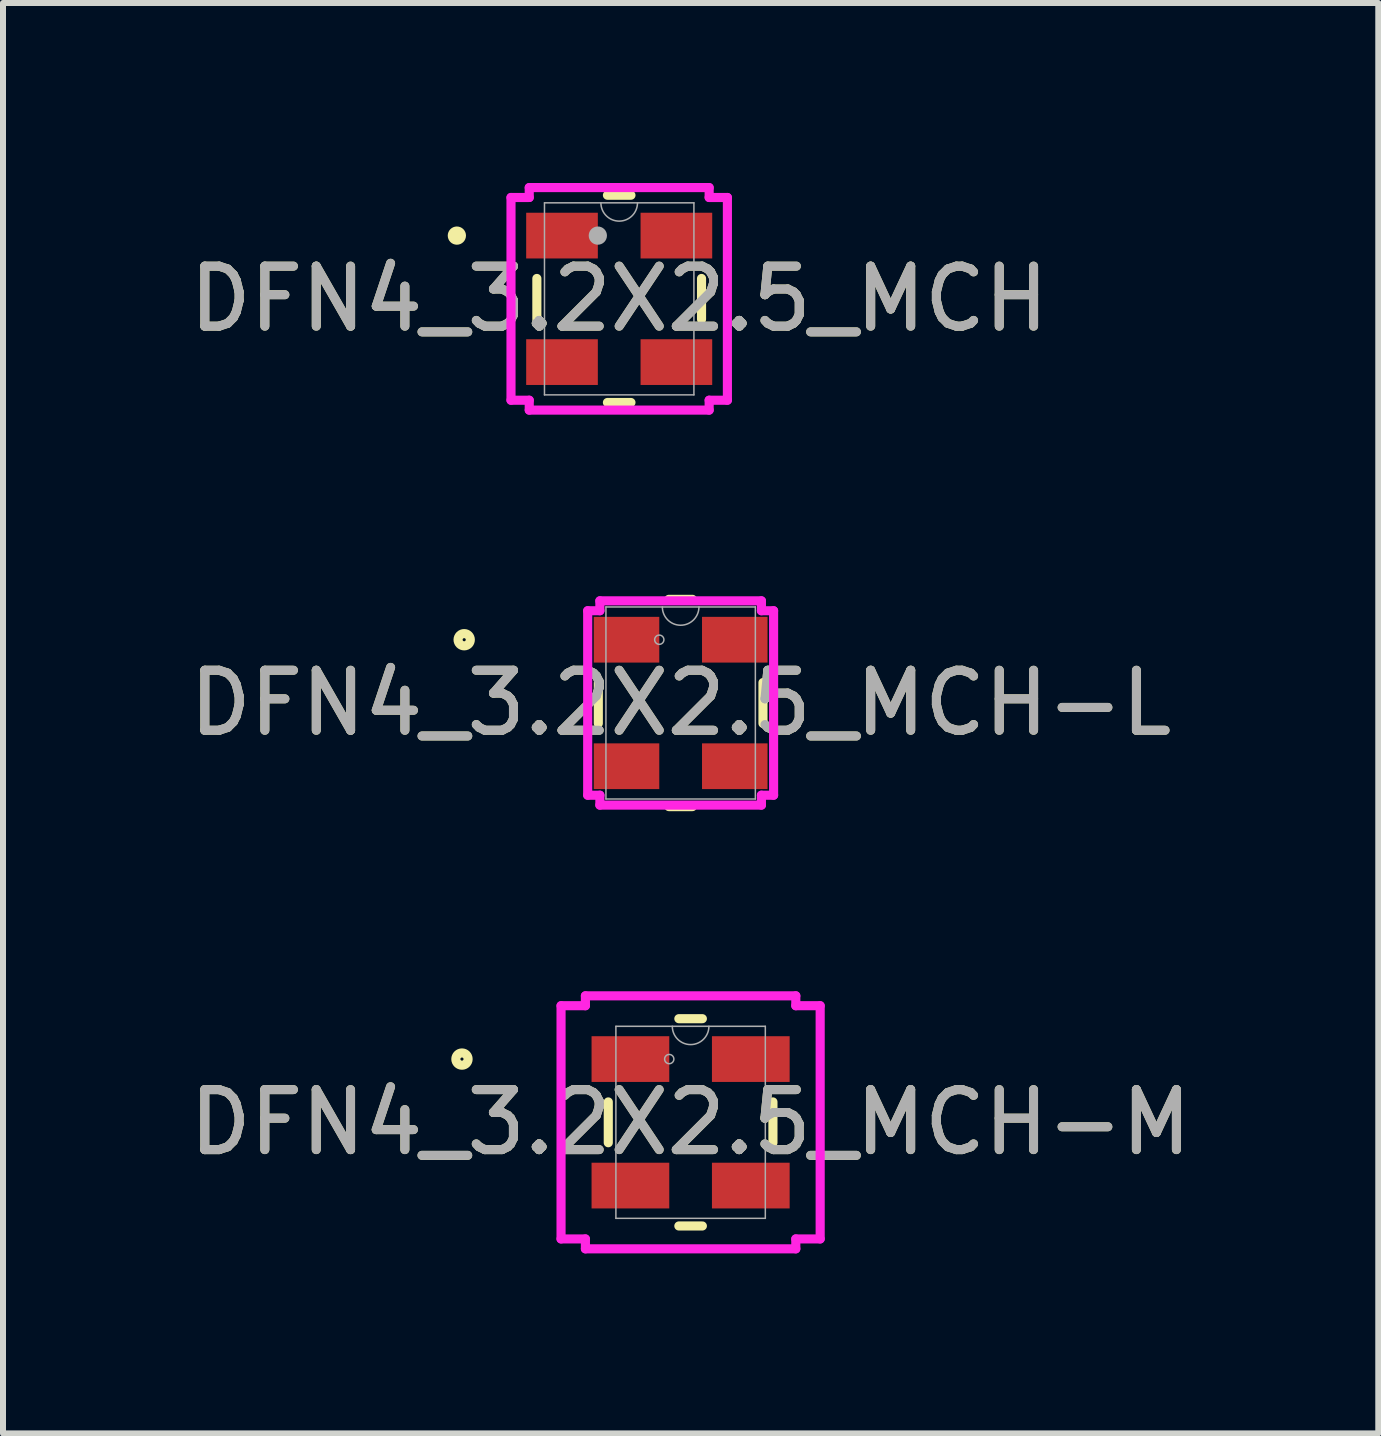
<source format=kicad_pcb>
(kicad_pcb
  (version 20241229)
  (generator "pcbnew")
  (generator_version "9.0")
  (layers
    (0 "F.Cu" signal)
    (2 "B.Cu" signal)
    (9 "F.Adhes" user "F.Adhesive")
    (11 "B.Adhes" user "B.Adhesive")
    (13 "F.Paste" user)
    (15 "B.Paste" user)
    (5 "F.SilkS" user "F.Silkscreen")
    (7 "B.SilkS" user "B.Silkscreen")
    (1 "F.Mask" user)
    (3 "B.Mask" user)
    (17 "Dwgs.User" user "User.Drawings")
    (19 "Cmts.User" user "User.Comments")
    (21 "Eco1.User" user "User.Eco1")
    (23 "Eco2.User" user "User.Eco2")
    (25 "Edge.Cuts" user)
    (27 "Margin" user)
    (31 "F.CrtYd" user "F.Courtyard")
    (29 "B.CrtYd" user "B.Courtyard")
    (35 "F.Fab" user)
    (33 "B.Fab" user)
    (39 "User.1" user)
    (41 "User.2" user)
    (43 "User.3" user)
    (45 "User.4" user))
  (footprint "DFN4_3.2X2.5_MCH-L"
    (layer "F.Cu")
    (at 8.292 8.664)
    (property "Reference" "DFN4_3.2X2.5_MCH-L" (at 0 0 0) (unlocked yes) (layer "F.SilkS") (effects (font (size 1 1) (thickness 0.15))))
    (attr smd)
    (fp_line (start -1.372 -0.34) (end -1.372 0.34) (stroke (width 0.152) (type solid)) (layer "F.SilkS"))
    (fp_line (start -0.196 1.727) (end 0.196 1.727) (stroke (width 0.152) (type solid)) (layer "F.SilkS"))
    (fp_line (start 0.196 -1.727) (end -0.196 -1.727) (stroke (width 0.152) (type solid)) (layer "F.SilkS"))
    (fp_line (start 1.372 0.34) (end 1.372 -0.34) (stroke (width 0.152) (type solid)) (layer "F.SilkS"))
    (fp_circle (center -3.607 -1.054) (end -3.505 -1.054) (stroke (width 0.152) (type solid)) (fill no) (layer "F.SilkS"))
    (fp_line (start -1.549 -1.537) (end -1.346 -1.537) (stroke (width 0.152) (type solid)) (layer "F.CrtYd"))
    (fp_line (start -1.549 1.537) (end -1.549 -1.537) (stroke (width 0.152) (type solid)) (layer "F.CrtYd"))
    (fp_line (start -1.549 1.537) (end -1.346 1.537) (stroke (width 0.152) (type solid)) (layer "F.CrtYd"))
    (fp_line (start -1.346 -1.702) (end 1.346 -1.702) (stroke (width 0.152) (type solid)) (layer "F.CrtYd"))
    (fp_line (start -1.346 -1.537) (end -1.346 -1.702) (stroke (width 0.152) (type solid)) (layer "F.CrtYd"))
    (fp_line (start -1.346 1.702) (end -1.346 1.537) (stroke (width 0.152) (type solid)) (layer "F.CrtYd"))
    (fp_line (start 1.346 -1.702) (end 1.346 -1.537) (stroke (width 0.152) (type solid)) (layer "F.CrtYd"))
    (fp_line (start 1.346 1.537) (end 1.346 1.702) (stroke (width 0.152) (type solid)) (layer "F.CrtYd"))
    (fp_line (start 1.346 1.702) (end -1.346 1.702) (stroke (width 0.152) (type solid)) (layer "F.CrtYd"))
    (fp_line (start 1.549 -1.537) (end 1.346 -1.537) (stroke (width 0.152) (type solid)) (layer "F.CrtYd"))
    (fp_line (start 1.549 -1.537) (end 1.549 1.537) (stroke (width 0.152) (type solid)) (layer "F.CrtYd"))
    (fp_line (start 1.549 1.537) (end 1.346 1.537) (stroke (width 0.152) (type solid)) (layer "F.CrtYd"))
    (fp_line (start -1.245 -1.6) (end -1.245 1.6) (stroke (width 0.025) (type solid)) (layer "F.Fab"))
    (fp_line (start -1.245 1.6) (end 1.245 1.6) (stroke (width 0.025) (type solid)) (layer "F.Fab"))
    (fp_line (start 1.245 -1.6) (end -1.245 -1.6) (stroke (width 0.025) (type solid)) (layer "F.Fab"))
    (fp_line (start 1.245 1.6) (end 1.245 -1.6) (stroke (width 0.025) (type solid)) (layer "F.Fab"))
    (fp_arc (start 0.3048 -1.6002) (mid 0 -1.2954) (end -0.3048 -1.6002) (stroke (width 0.0254) (type solid)) (layer "F.Fab"))
    (fp_circle (center -0.356 -1.054) (end -0.279 -1.054) (stroke (width 0.025) (type solid)) (fill no) (layer "F.Fab"))
    (fp_text user "${REFERENCE}" (at 0 0 0) (unlocked yes) (layer "F.Fab") (effects (font (size 1 1) (thickness 0.15))))
    (pad "1" smd rect (at -0.902 -1.054) (size 1.092 0.762) (layers "F.Cu" "F.Mask" "F.Paste"))
    (pad "2" smd rect (at -0.902 1.054) (size 1.092 0.762) (layers "F.Cu" "F.Mask" "F.Paste"))
    (pad "3" smd rect (at 0.902 1.054) (size 1.092 0.762) (layers "F.Cu" "F.Mask" "F.Paste"))
    (pad "4" smd rect (at 0.902 -1.054) (size 1.092 0.762) (layers "F.Cu" "F.Mask" "F.Paste")))
  (footprint "DFN4_3.2X2.5_MCH"
    (layer "F.Cu")
    (at 7.268 1.93)
    (property "Reference" "DFN4_3.2X2.5_MCH" (at 0 0 0) (unlocked yes) (layer "F.SilkS") (effects (font (size 1 1) (thickness 0.15))))
    (attr smd)
    (fp_line (start -1.372 -0.34) (end -1.372 0.34) (stroke (width 0.152) (type solid)) (layer "F.SilkS"))
    (fp_line (start -0.196 1.727) (end 0.196 1.727) (stroke (width 0.152) (type solid)) (layer "F.SilkS"))
    (fp_line (start 0.196 -1.727) (end -0.196 -1.727) (stroke (width 0.152) (type solid)) (layer "F.SilkS"))
    (fp_line (start 1.372 0.34) (end 1.372 -0.34) (stroke (width 0.152) (type solid)) (layer "F.SilkS"))
    (fp_circle (center -2.705 -1.054) (end -2.629 -1.054) (stroke (width 0.152) (type solid)) (fill no) (layer "F.SilkS"))
    (fp_line (start -1.803 -1.689) (end -1.499 -1.689) (stroke (width 0.152) (type solid)) (layer "F.CrtYd"))
    (fp_line (start -1.803 1.689) (end -1.803 -1.689) (stroke (width 0.152) (type solid)) (layer "F.CrtYd"))
    (fp_line (start -1.803 1.689) (end -1.499 1.689) (stroke (width 0.152) (type solid)) (layer "F.CrtYd"))
    (fp_line (start -1.499 -1.854) (end 1.499 -1.854) (stroke (width 0.152) (type solid)) (layer "F.CrtYd"))
    (fp_line (start -1.499 -1.689) (end -1.499 -1.854) (stroke (width 0.152) (type solid)) (layer "F.CrtYd"))
    (fp_line (start -1.499 1.854) (end -1.499 1.689) (stroke (width 0.152) (type solid)) (layer "F.CrtYd"))
    (fp_line (start 1.499 -1.854) (end 1.499 -1.689) (stroke (width 0.152) (type solid)) (layer "F.CrtYd"))
    (fp_line (start 1.499 1.689) (end 1.499 1.854) (stroke (width 0.152) (type solid)) (layer "F.CrtYd"))
    (fp_line (start 1.499 1.854) (end -1.499 1.854) (stroke (width 0.152) (type solid)) (layer "F.CrtYd"))
    (fp_line (start 1.803 -1.689) (end 1.499 -1.689) (stroke (width 0.152) (type solid)) (layer "F.CrtYd"))
    (fp_line (start 1.803 -1.689) (end 1.803 1.689) (stroke (width 0.152) (type solid)) (layer "F.CrtYd"))
    (fp_line (start 1.803 1.689) (end 1.499 1.689) (stroke (width 0.152) (type solid)) (layer "F.CrtYd"))
    (fp_line (start -1.245 -1.6) (end -1.245 1.6) (stroke (width 0.025) (type solid)) (layer "F.Fab"))
    (fp_line (start -1.245 1.6) (end 1.245 1.6) (stroke (width 0.025) (type solid)) (layer "F.Fab"))
    (fp_line (start 1.245 -1.6) (end -1.245 -1.6) (stroke (width 0.025) (type solid)) (layer "F.Fab"))
    (fp_line (start 1.245 1.6) (end 1.245 -1.6) (stroke (width 0.025) (type solid)) (layer "F.Fab"))
    (fp_arc (start 0.3048 -1.6002) (mid 0 -1.2954) (end -0.3048 -1.6002) (stroke (width 0.0254) (type solid)) (layer "F.Fab"))
    (fp_circle (center -0.356 -1.054) (end -0.356 -1.054) (stroke (width 0.152) (type solid)) (fill no) (layer "F.Fab"))
    (fp_text user "${REFERENCE}" (at 0 0 0) (unlocked yes) (layer "F.Fab") (effects (font (size 1 1) (thickness 0.15))))
    (pad "1" smd rect (at -0.953 -1.054) (size 1.194 0.762) (layers "F.Cu" "F.Mask" "F.Paste"))
    (pad "2" smd rect (at -0.953 1.054) (size 1.194 0.762) (layers "F.Cu" "F.Mask" "F.Paste"))
    (pad "3" smd rect (at 0.953 1.054) (size 1.194 0.762) (layers "F.Cu" "F.Mask" "F.Paste"))
    (pad "4" smd rect (at 0.953 -1.054) (size 1.194 0.762) (layers "F.Cu" "F.Mask" "F.Paste")))
  (footprint "DFN4_3.2X2.5_MCH-M"
    (layer "F.Cu")
    (at 8.458 15.652)
    (property "Reference" "DFN4_3.2X2.5_MCH-M" (at 0 0 0) (unlocked yes) (layer "F.SilkS") (effects (font (size 1 1) (thickness 0.15))))
    (attr smd)
    (fp_line (start -1.372 -0.34) (end -1.372 0.34) (stroke (width 0.152) (type solid)) (layer "F.SilkS"))
    (fp_line (start -0.196 1.727) (end 0.196 1.727) (stroke (width 0.152) (type solid)) (layer "F.SilkS"))
    (fp_line (start 0.196 -1.727) (end -0.196 -1.727) (stroke (width 0.152) (type solid)) (layer "F.SilkS"))
    (fp_line (start 1.372 0.34) (end 1.372 -0.34) (stroke (width 0.152) (type solid)) (layer "F.SilkS"))
    (fp_circle (center -3.81 -1.054) (end -3.708 -1.054) (stroke (width 0.152) (type solid)) (fill no) (layer "F.SilkS"))
    (fp_line (start -2.159 -1.943) (end -1.753 -1.943) (stroke (width 0.152) (type solid)) (layer "F.CrtYd"))
    (fp_line (start -2.159 1.943) (end -2.159 -1.943) (stroke (width 0.152) (type solid)) (layer "F.CrtYd"))
    (fp_line (start -2.159 1.943) (end -1.753 1.943) (stroke (width 0.152) (type solid)) (layer "F.CrtYd"))
    (fp_line (start -1.753 -2.108) (end 1.753 -2.108) (stroke (width 0.152) (type solid)) (layer "F.CrtYd"))
    (fp_line (start -1.753 -1.943) (end -1.753 -2.108) (stroke (width 0.152) (type solid)) (layer "F.CrtYd"))
    (fp_line (start -1.753 2.108) (end -1.753 1.943) (stroke (width 0.152) (type solid)) (layer "F.CrtYd"))
    (fp_line (start 1.753 -2.108) (end 1.753 -1.943) (stroke (width 0.152) (type solid)) (layer "F.CrtYd"))
    (fp_line (start 1.753 1.943) (end 1.753 2.108) (stroke (width 0.152) (type solid)) (layer "F.CrtYd"))
    (fp_line (start 1.753 2.108) (end -1.753 2.108) (stroke (width 0.152) (type solid)) (layer "F.CrtYd"))
    (fp_line (start 2.159 -1.943) (end 1.753 -1.943) (stroke (width 0.152) (type solid)) (layer "F.CrtYd"))
    (fp_line (start 2.159 -1.943) (end 2.159 1.943) (stroke (width 0.152) (type solid)) (layer "F.CrtYd"))
    (fp_line (start 2.159 1.943) (end 1.753 1.943) (stroke (width 0.152) (type solid)) (layer "F.CrtYd"))
    (fp_line (start -1.245 -1.6) (end -1.245 1.6) (stroke (width 0.025) (type solid)) (layer "F.Fab"))
    (fp_line (start -1.245 1.6) (end 1.245 1.6) (stroke (width 0.025) (type solid)) (layer "F.Fab"))
    (fp_line (start 1.245 -1.6) (end -1.245 -1.6) (stroke (width 0.025) (type solid)) (layer "F.Fab"))
    (fp_line (start 1.245 1.6) (end 1.245 -1.6) (stroke (width 0.025) (type solid)) (layer "F.Fab"))
    (fp_arc (start 0.3048 -1.6002) (mid 0 -1.2954) (end -0.3048 -1.6002) (stroke (width 0.0254) (type solid)) (layer "F.Fab"))
    (fp_circle (center -0.356 -1.054) (end -0.279 -1.054) (stroke (width 0.025) (type solid)) (fill no) (layer "F.Fab"))
    (fp_text user "${REFERENCE}" (at 0 0 0) (unlocked yes) (layer "F.Fab") (effects (font (size 1 1) (thickness 0.15))))
    (pad "1" smd rect (at -1.003 -1.054) (size 1.295 0.762) (layers "F.Cu" "F.Mask" "F.Paste"))
    (pad "2" smd rect (at -1.003 1.054) (size 1.295 0.762) (layers "F.Cu" "F.Mask" "F.Paste"))
    (pad "3" smd rect (at 1.003 1.054) (size 1.295 0.762) (layers "F.Cu" "F.Mask" "F.Paste"))
    (pad "4" smd rect (at 1.003 -1.054) (size 1.295 0.762) (layers "F.Cu" "F.Mask" "F.Paste")))
  (gr_rect
    (start -3 -3)
    (end 19.917 20.836)
    (stroke (width 0.1) (type default))
    (fill no)
    (layer "Edge.Cuts")))
</source>
